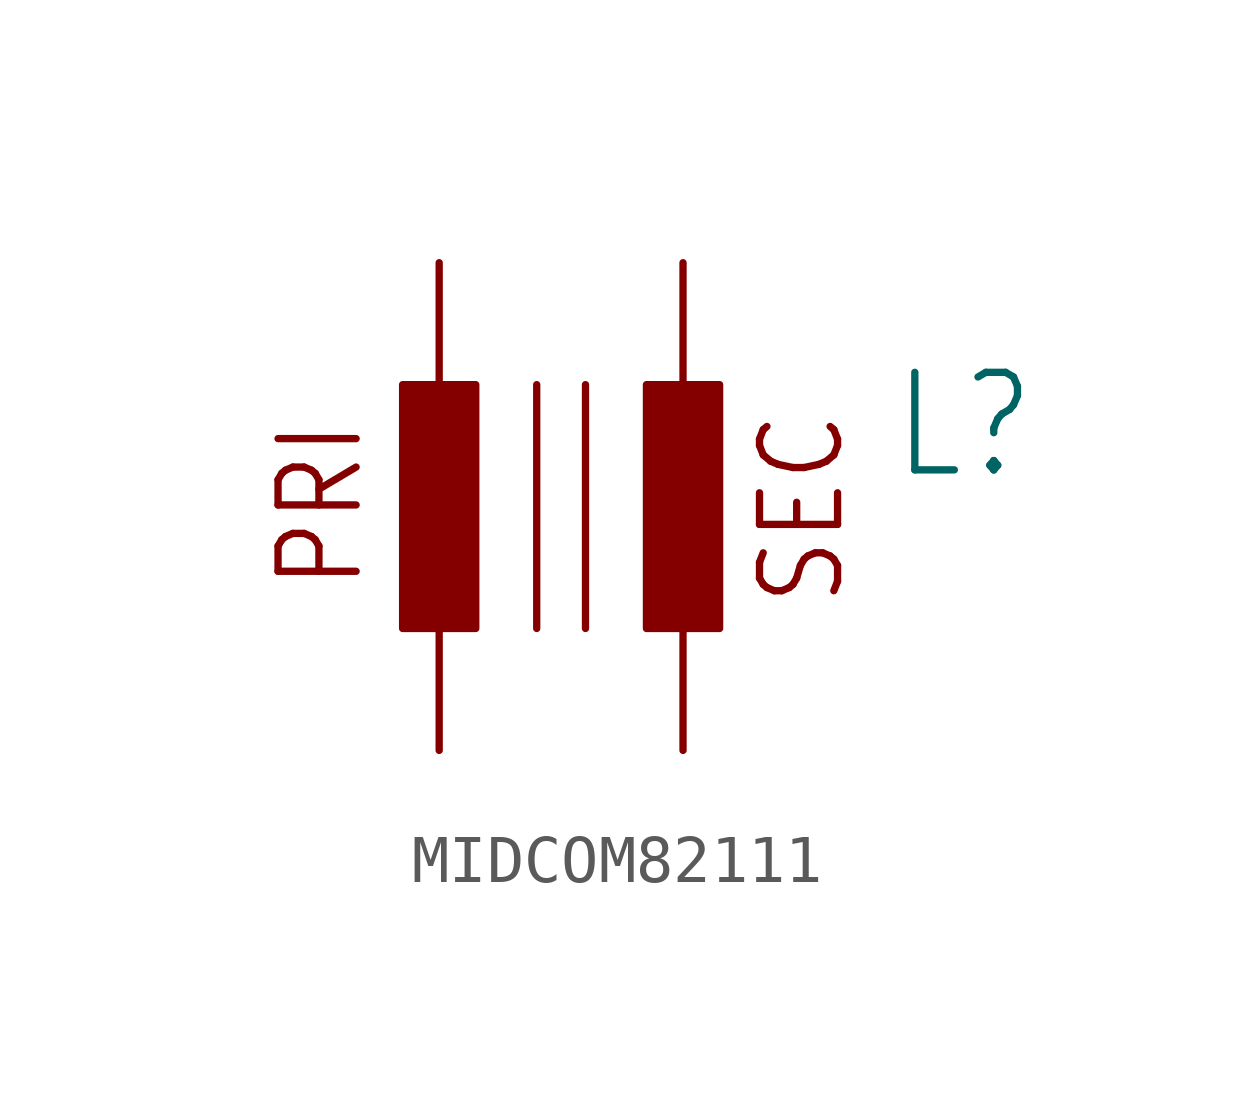
<source format=kicad_sym>
(kicad_symbol_lib
  (version 20241209)
  (generator "kicad_symbol_editor")
  (generator_version "9.0")
  (symbol "MIDCOM82111"
    (property "Reference" "L"
      (at 6.858 0.508 0)
      (effects (font (size 2.032 1.727)) (justify left bottom)))
    (property "Value" ""
      (at 6.858 -2.54 0)
      (effects (font (size 2.032 1.727)) (justify left bottom)))
    (property "ki_locked" ""
      (at 0 0 0)
      (effects (font (size 1.27 1.27))))
    (symbol "MIDCOM82111_1_0"
      (rectangle (start -3.302 -2.54) (end -1.778 2.54) (stroke (width 0) (type default)) (fill (type outline)))
      (polyline (pts (xy -0.508 -2.54) (xy -0.508 2.54)) (stroke (width 0.152) (type solid)) (fill (type none)))
      (polyline (pts (xy 0.508 -2.54) (xy 0.508 2.54)) (stroke (width 0.152) (type solid)) (fill (type none)))
      (rectangle (start 1.778 -2.54) (end 3.302 2.54) (stroke (width 0) (type default)) (fill (type outline)))
      (text "PRI" (at -4.064 -1.778 900) (effects (font (size 1.626 1.382)) (justify left bottom)))
      (text "SEC" (at 4.064 2.032 900) (effects (font (size 1.626 1.382)) (justify right top)))
      (pin passive line (at -2.54 5.08 270) (length 2.54) (name "1A" (effects (font (size 0 0)))) (number "1A" (effects (font (size 0 0)))))
      (pin passive line (at -2.54 -5.08 90) (length 2.54) (name "1B" (effects (font (size 0 0)))) (number "1B" (effects (font (size 0 0)))))
      (pin passive line (at 2.54 5.08 270) (length 2.54) (name "2A" (effects (font (size 0 0)))) (number "2A" (effects (font (size 0 0)))))
      (pin passive line (at 2.54 -5.08 90) (length 2.54) (name "2B" (effects (font (size 0 0)))) (number "2B" (effects (font (size 0 0))))))))
</source>
